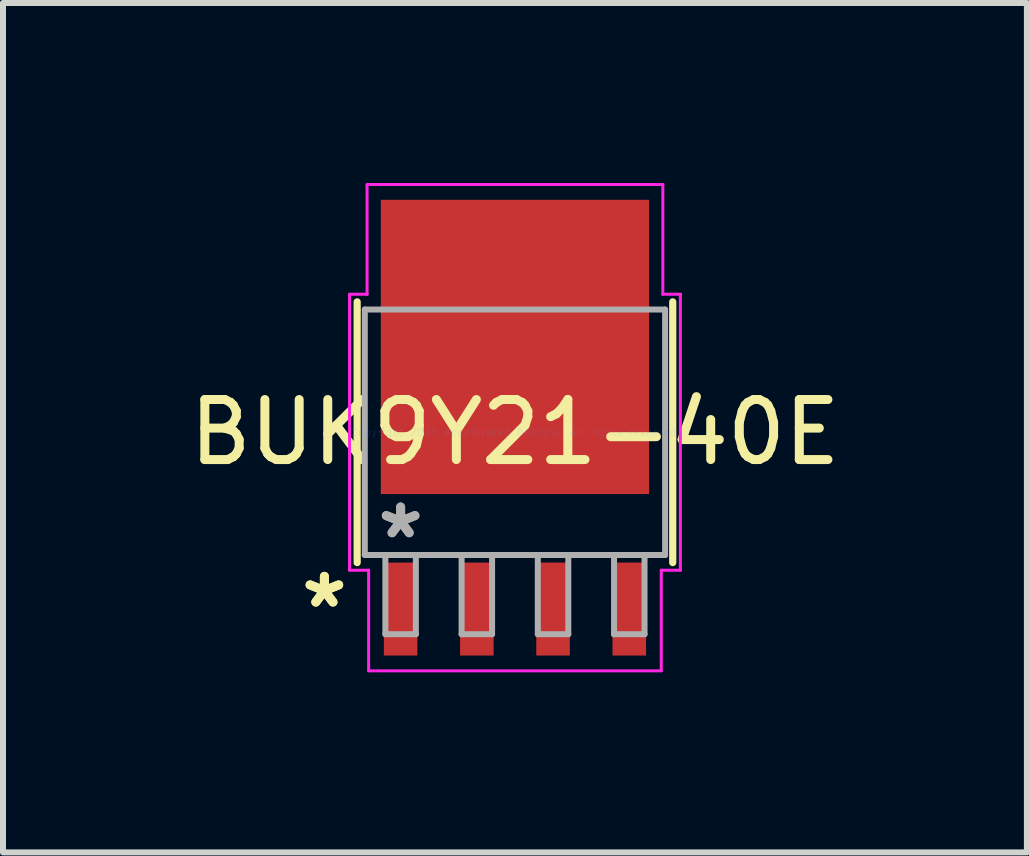
<source format=kicad_pcb>
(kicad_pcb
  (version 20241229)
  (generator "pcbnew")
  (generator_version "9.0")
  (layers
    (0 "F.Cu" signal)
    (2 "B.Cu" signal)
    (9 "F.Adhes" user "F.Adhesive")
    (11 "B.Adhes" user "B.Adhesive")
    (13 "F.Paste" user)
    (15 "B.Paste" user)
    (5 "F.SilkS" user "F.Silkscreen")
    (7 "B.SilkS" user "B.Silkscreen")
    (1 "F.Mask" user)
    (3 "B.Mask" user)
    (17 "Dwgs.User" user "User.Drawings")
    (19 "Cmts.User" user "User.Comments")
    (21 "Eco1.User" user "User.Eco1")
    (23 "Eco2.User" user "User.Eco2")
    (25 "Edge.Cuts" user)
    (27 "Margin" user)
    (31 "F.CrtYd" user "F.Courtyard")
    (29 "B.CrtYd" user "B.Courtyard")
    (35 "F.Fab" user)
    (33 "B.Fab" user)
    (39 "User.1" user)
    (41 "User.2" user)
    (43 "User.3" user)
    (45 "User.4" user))
  (footprint "BUK9Y21-40E"
    (layer "F.Cu")
    (at 5.53 4.152)
    (property "Reference" "BUK9Y21-40E" (at 0 0 0) (layer "F.SilkS") (effects (font (size 1 1) (thickness 0.15))))
    (attr through_hole)
    (fp_line (start -2.629 -2.172) (end -2.629 2.172) (stroke (width 0.12) (type solid)) (layer "F.SilkS"))
    (fp_line (start 2.629 2.172) (end 2.629 -2.172) (stroke (width 0.12) (type solid)) (layer "F.SilkS"))
    (fp_line (start -2.756 -2.299) (end -2.464 -2.299) (stroke (width 0.05) (type solid)) (layer "F.CrtYd"))
    (fp_line (start -2.756 2.299) (end -2.756 -2.299) (stroke (width 0.05) (type solid)) (layer "F.CrtYd"))
    (fp_line (start -2.464 -4.128) (end 2.464 -4.128) (stroke (width 0.05) (type solid)) (layer "F.CrtYd"))
    (fp_line (start -2.464 -2.299) (end -2.464 -4.128) (stroke (width 0.05) (type solid)) (layer "F.CrtYd"))
    (fp_line (start -2.438 2.299) (end -2.756 2.299) (stroke (width 0.05) (type solid)) (layer "F.CrtYd"))
    (fp_line (start -2.438 3.975) (end -2.438 2.299) (stroke (width 0.05) (type solid)) (layer "F.CrtYd"))
    (fp_line (start 2.438 2.299) (end 2.438 3.975) (stroke (width 0.05) (type solid)) (layer "F.CrtYd"))
    (fp_line (start 2.438 3.975) (end -2.438 3.975) (stroke (width 0.05) (type solid)) (layer "F.CrtYd"))
    (fp_line (start 2.464 -4.128) (end 2.464 -2.299) (stroke (width 0.05) (type solid)) (layer "F.CrtYd"))
    (fp_line (start 2.464 -2.299) (end 2.756 -2.299) (stroke (width 0.05) (type solid)) (layer "F.CrtYd"))
    (fp_line (start 2.756 -2.299) (end 2.756 2.299) (stroke (width 0.05) (type solid)) (layer "F.CrtYd"))
    (fp_line (start 2.756 2.299) (end 2.438 2.299) (stroke (width 0.05) (type solid)) (layer "F.CrtYd"))
    (fp_line (start -2.502 -2.045) (end -2.502 2.045) (stroke (width 0.1) (type solid)) (layer "F.Fab"))
    (fp_line (start -2.502 2.045) (end 2.502 2.045) (stroke (width 0.1) (type solid)) (layer "F.Fab"))
    (fp_line (start -2.159 2.045) (end -2.159 3.365) (stroke (width 0.1) (type solid)) (layer "F.Fab"))
    (fp_line (start -2.159 3.365) (end -1.651 3.365) (stroke (width 0.1) (type solid)) (layer "F.Fab"))
    (fp_line (start -1.651 2.045) (end -2.159 2.045) (stroke (width 0.1) (type solid)) (layer "F.Fab"))
    (fp_line (start -1.651 3.365) (end -1.651 2.045) (stroke (width 0.1) (type solid)) (layer "F.Fab"))
    (fp_line (start -0.889 2.045) (end -0.889 3.365) (stroke (width 0.1) (type solid)) (layer "F.Fab"))
    (fp_line (start -0.889 3.365) (end -0.381 3.365) (stroke (width 0.1) (type solid)) (layer "F.Fab"))
    (fp_line (start -0.381 2.045) (end -0.889 2.045) (stroke (width 0.1) (type solid)) (layer "F.Fab"))
    (fp_line (start -0.381 3.365) (end -0.381 2.045) (stroke (width 0.1) (type solid)) (layer "F.Fab"))
    (fp_line (start 0.381 2.045) (end 0.381 3.365) (stroke (width 0.1) (type solid)) (layer "F.Fab"))
    (fp_line (start 0.381 3.365) (end 0.889 3.365) (stroke (width 0.1) (type solid)) (layer "F.Fab"))
    (fp_line (start 0.889 2.045) (end 0.381 2.045) (stroke (width 0.1) (type solid)) (layer "F.Fab"))
    (fp_line (start 0.889 3.365) (end 0.889 2.045) (stroke (width 0.1) (type solid)) (layer "F.Fab"))
    (fp_line (start 1.651 2.045) (end 1.651 3.365) (stroke (width 0.1) (type solid)) (layer "F.Fab"))
    (fp_line (start 1.651 3.365) (end 2.159 3.365) (stroke (width 0.1) (type solid)) (layer "F.Fab"))
    (fp_line (start 2.159 2.045) (end 1.651 2.045) (stroke (width 0.1) (type solid)) (layer "F.Fab"))
    (fp_line (start 2.159 3.365) (end 2.159 2.045) (stroke (width 0.1) (type solid)) (layer "F.Fab"))
    (fp_line (start 2.502 -2.045) (end -2.502 -2.045) (stroke (width 0.1) (type solid)) (layer "F.Fab"))
    (fp_line (start 2.502 2.045) (end 2.502 -2.045) (stroke (width 0.1) (type solid)) (layer "F.Fab"))
    (fp_text user "*" (at -3.175 2.946 0) (layer "F.SilkS") (effects (font (size 1 1) (thickness 0.15))))
    (fp_text user "*" (at -3.175 2.946 0) (layer "F.SilkS") (effects (font (size 1 1) (thickness 0.15))))
    (fp_text user "Copyright 2021 Accelerated Designs. All rights reserved." (at 0 0 0) (layer "Cmts.User") (effects (font (size 0.127 0.127) (thickness 0.002))))
    (fp_text user "*" (at -1.905 1.791 0) (layer "F.Fab") (effects (font (size 1 1) (thickness 0.15))))
    (fp_text user "*" (at -1.905 1.791 0) (layer "F.Fab") (effects (font (size 1 1) (thickness 0.15))))
    (pad "1" smd rect (at -1.905 2.946) (size 0.559 1.549) (layers "F.Cu" "F.Mask" "F.Paste"))
    (pad "2" smd rect (at -0.635 2.946) (size 0.559 1.549) (layers "F.Cu" "F.Mask" "F.Paste"))
    (pad "3" smd rect (at 0.635 2.946) (size 0.559 1.549) (layers "F.Cu" "F.Mask" "F.Paste"))
    (pad "4" smd rect (at 1.905 2.946) (size 0.559 1.549) (layers "F.Cu" "F.Mask" "F.Paste"))
    (pad "5" smd rect (at 0 -1.422) (size 4.47 4.902) (layers "F.Cu" "F.Mask" "F.Paste")))
  (gr_rect
    (start -3 -3)
    (end 14.06 11.153)
    (stroke (width 0.1) (type default))
    (fill no)
    (layer "Edge.Cuts")))
</source>
